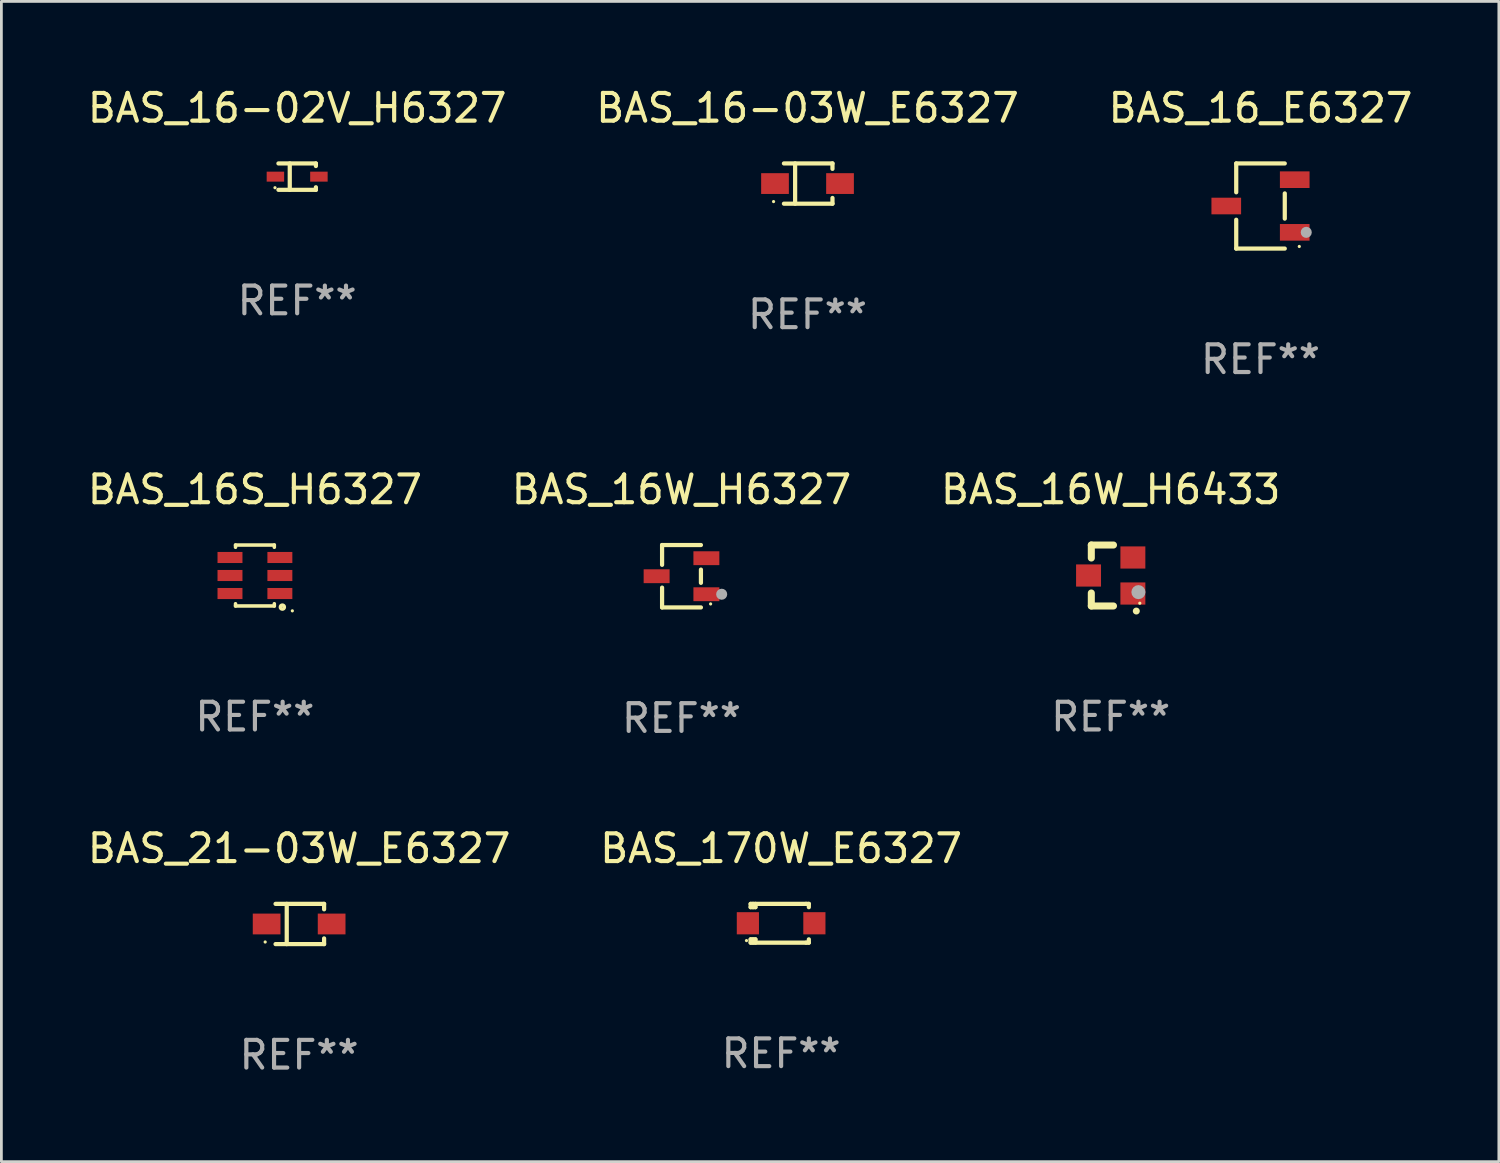
<source format=kicad_pcb>
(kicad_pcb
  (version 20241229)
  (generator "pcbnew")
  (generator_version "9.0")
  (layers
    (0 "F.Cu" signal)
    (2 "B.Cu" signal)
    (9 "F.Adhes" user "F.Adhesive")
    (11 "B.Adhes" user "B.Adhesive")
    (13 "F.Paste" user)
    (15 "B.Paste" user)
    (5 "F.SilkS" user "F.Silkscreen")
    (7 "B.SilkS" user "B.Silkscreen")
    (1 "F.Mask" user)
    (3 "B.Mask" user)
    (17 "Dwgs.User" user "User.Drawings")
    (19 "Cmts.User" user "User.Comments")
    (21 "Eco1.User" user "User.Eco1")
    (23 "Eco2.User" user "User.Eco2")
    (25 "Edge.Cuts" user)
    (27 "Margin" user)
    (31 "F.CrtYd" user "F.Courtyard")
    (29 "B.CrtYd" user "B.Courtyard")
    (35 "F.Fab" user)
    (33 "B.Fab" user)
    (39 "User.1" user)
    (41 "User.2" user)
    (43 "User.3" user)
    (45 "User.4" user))
  (footprint "BAS_16_E6327"
    (layer "F.Cu")
    (at 42.435 4.384)
    (property "Reference" "BAS_16_E6327" (at 0 -3.536 0) (layer "F.SilkS") (effects (font (size 1 1) (thickness 0.15))))
    (attr through_hole)
    (fp_line (start -0.876 -1.536) (end -0.876 -0.495) (stroke (width 0.152) (type solid)) (layer "F.SilkS"))
    (fp_line (start -0.876 1.536) (end -0.876 0.495) (stroke (width 0.152) (type solid)) (layer "F.SilkS"))
    (fp_line (start 0.876 -1.536) (end -0.876 -1.536) (stroke (width 0.152) (type solid)) (layer "F.SilkS"))
    (fp_line (start 0.876 -0.455) (end 0.876 0.455) (stroke (width 0.152) (type solid)) (layer "F.SilkS"))
    (fp_line (start 0.876 1.536) (end -0.876 1.536) (stroke (width 0.152) (type solid)) (layer "F.SilkS"))
    (fp_circle (center 1.4 1.46) (end 1.43 1.46) (stroke (width 0.06) (type solid)) (fill no) (layer "F.SilkS"))
    (fp_circle (center 1.651 0.95) (end 1.751 0.95) (stroke (width 0.2) (type solid)) (fill no) (layer "F.Fab"))
    (fp_text user "REF**" (at 0 5.536 0) (layer "F.Fab") (effects (font (size 1 1) (thickness 0.15))))
    (pad "1" smd rect (at 1.235 0.95) (size 1.07 0.6) (layers "F.Cu" "F.Mask" "F.Paste"))
    (pad "2" smd rect (at 1.235 -0.95) (size 1.07 0.6) (layers "F.Cu" "F.Mask" "F.Paste"))
    (pad "3" smd rect (at -1.235 0) (size 1.07 0.6) (layers "F.Cu" "F.Mask" "F.Paste")))
  (footprint "BAS_16W_H6327"
    (layer "F.Cu")
    (at 21.542 17.743)
    (property "Reference" "BAS_16W_H6327" (at 0 -3.126 0) (layer "F.SilkS") (effects (font (size 1 1) (thickness 0.15))))
    (attr through_hole)
    (fp_line (start -0.701 -1.126) (end -0.701 -0.411) (stroke (width 0.152) (type solid)) (layer "F.SilkS"))
    (fp_line (start -0.701 1.126) (end -0.701 0.411) (stroke (width 0.152) (type solid)) (layer "F.SilkS"))
    (fp_line (start 0.701 -1.126) (end -0.701 -1.126) (stroke (width 0.152) (type solid)) (layer "F.SilkS"))
    (fp_line (start 0.701 -0.239) (end 0.701 0.239) (stroke (width 0.152) (type solid)) (layer "F.SilkS"))
    (fp_line (start 0.701 1.126) (end -0.701 1.126) (stroke (width 0.152) (type solid)) (layer "F.SilkS"))
    (fp_circle (center 1.05 1) (end 1.08 1) (stroke (width 0.06) (type solid)) (fill no) (layer "F.SilkS"))
    (fp_circle (center 1.45 0.65) (end 1.55 0.65) (stroke (width 0.2) (type solid)) (fill no) (layer "F.Fab"))
    (fp_text user "REF**" (at 0 5.126 0) (layer "F.Fab") (effects (font (size 1 1) (thickness 0.15))))
    (pad "1" smd rect (at 0.898 0.65) (size 0.936 0.5) (layers "F.Cu" "F.Mask" "F.Paste"))
    (pad "2" smd rect (at 0.898 -0.65) (size 0.936 0.5) (layers "F.Cu" "F.Mask" "F.Paste"))
    (pad "3" smd rect (at -0.898 0) (size 0.936 0.5) (layers "F.Cu" "F.Mask" "F.Paste")))
  (footprint "BAS_16-02V_H6327"
    (layer "F.Cu")
    (at 7.673 3.324)
    (property "Reference" "BAS_16-02V_H6327" (at 0 -2.476 0) (layer "F.SilkS") (effects (font (size 1 1) (thickness 0.15))))
    (attr through_hole)
    (fp_line (start -0.676 -0.476) (end 0.676 -0.476) (stroke (width 0.152) (type solid)) (layer "F.SilkS"))
    (fp_line (start -0.676 0.476) (end 0.676 0.476) (stroke (width 0.152) (type solid)) (layer "F.SilkS"))
    (fp_line (start -0.267 -0.476) (end -0.267 0.476) (stroke (width 0.152) (type solid)) (layer "F.SilkS"))
    (fp_line (start 0.676 -0.476) (end 0.676 -0.383) (stroke (width 0.152) (type solid)) (layer "F.SilkS"))
    (fp_line (start 0.676 0.476) (end 0.676 0.383) (stroke (width 0.152) (type solid)) (layer "F.SilkS"))
    (fp_circle (center -0.8 0.4) (end -0.77 0.4) (stroke (width 0.06) (type solid)) (fill no) (layer "F.SilkS"))
    (fp_text user "REF**" (at 0 4.476 0) (layer "F.Fab") (effects (font (size 1 1) (thickness 0.15))))
    (pad "1" smd rect (at -0.785 0) (size 0.63 0.36) (layers "F.Cu" "F.Mask" "F.Paste"))
    (pad "2" smd rect (at 0.785 0) (size 0.63 0.36) (layers "F.Cu" "F.Mask" "F.Paste")))
  (footprint "BAS_21-03W_E6327"
    (layer "F.Cu")
    (at 7.744 30.292)
    (property "Reference" "BAS_21-03W_E6327" (at 0 -2.726 0) (layer "F.SilkS") (effects (font (size 1 1) (thickness 0.15))))
    (attr through_hole)
    (fp_line (start -0.851 -0.726) (end 0.901 -0.726) (stroke (width 0.152) (type solid)) (layer "F.SilkS"))
    (fp_line (start -0.851 0.726) (end 0.901 0.726) (stroke (width 0.152) (type solid)) (layer "F.SilkS"))
    (fp_line (start -0.447 -0.726) (end -0.447 0.726) (stroke (width 0.152) (type solid)) (layer "F.SilkS"))
    (fp_line (start 0.901 -0.726) (end 0.901 -0.53) (stroke (width 0.152) (type solid)) (layer "F.SilkS"))
    (fp_line (start 0.901 0.726) (end 0.901 0.52) (stroke (width 0.152) (type solid)) (layer "F.SilkS"))
    (fp_circle (center -1.225 0.65) (end -1.195 0.65) (stroke (width 0.06) (type solid)) (fill no) (layer "F.SilkS"))
    (fp_text user "REF**" (at 0 4.726 0) (layer "F.Fab") (effects (font (size 1 1) (thickness 0.15))))
    (pad "1" smd rect (at -1.173 0) (size 1 0.75) (layers "F.Cu" "F.Mask" "F.Paste"))
    (pad "2" smd rect (at 1.173 0) (size 1 0.75) (layers "F.Cu" "F.Mask" "F.Paste")))
  (footprint "BAS_16S_H6327"
    (layer "F.Cu")
    (at 6.149 17.717)
    (property "Reference" "BAS_16S_H6327" (at 0 -3.1 0) (layer "F.SilkS") (effects (font (size 1 1) (thickness 0.15))))
    (attr through_hole)
    (fp_line (start -0.7 -1.018) (end -0.7 -1.1) (stroke (width 0.127) (type solid)) (layer "F.SilkS"))
    (fp_line (start -0.7 1.1) (end -0.7 1.018) (stroke (width 0.127) (type solid)) (layer "F.SilkS"))
    (fp_line (start 0.7 -1.1) (end -0.7 -1.1) (stroke (width 0.127) (type solid)) (layer "F.SilkS"))
    (fp_line (start 0.7 -1.018) (end 0.7 -1.1) (stroke (width 0.127) (type solid)) (layer "F.SilkS"))
    (fp_line (start 0.7 1.1) (end -0.7 1.1) (stroke (width 0.127) (type solid)) (layer "F.SilkS"))
    (fp_line (start 0.7 1.1) (end 0.7 1.018) (stroke (width 0.127) (type solid)) (layer "F.SilkS"))
    (fp_circle (center 0.99 1.14) (end 1.062 1.14) (stroke (width 0.127) (type solid)) (fill no) (layer "F.SilkS"))
    (fp_circle (center 1.35 1.275) (end 1.38 1.275) (stroke (width 0.06) (type solid)) (fill no) (layer "F.SilkS"))
    (fp_text user "REF**" (at 0 5.1 0) (layer "F.Fab") (effects (font (size 1 1) (thickness 0.15))))
    (pad "1" smd rect (at 0.9 0.65 90) (size 0.4 0.9) (layers "F.Cu" "F.Mask" "F.Paste"))
    (pad "2" smd rect (at 0.9 -0.000102 90) (size 0.4 0.9) (layers "F.Cu" "F.Mask" "F.Paste"))
    (pad "3" smd rect (at 0.9 -0.65 90) (size 0.4 0.9) (layers "F.Cu" "F.Mask" "F.Paste"))
    (pad "4" smd rect (at -0.9 -0.65 90) (size 0.4 0.9) (layers "F.Cu" "F.Mask" "F.Paste"))
    (pad "5" smd rect (at -0.9 -0.000102 90) (size 0.4 0.9) (layers "F.Cu" "F.Mask" "F.Paste"))
    (pad "6" smd rect (at -0.9 0.65 90) (size 0.4 0.9) (layers "F.Cu" "F.Mask" "F.Paste")))
  (footprint "BAS_16-03W_E6327"
    (layer "F.Cu")
    (at 26.089 3.574)
    (property "Reference" "BAS_16-03W_E6327" (at 0 -2.726 0) (layer "F.SilkS") (effects (font (size 1 1) (thickness 0.15))))
    (attr through_hole)
    (fp_line (start -0.851 -0.726) (end 0.901 -0.726) (stroke (width 0.152) (type solid)) (layer "F.SilkS"))
    (fp_line (start -0.851 0.726) (end 0.901 0.726) (stroke (width 0.152) (type solid)) (layer "F.SilkS"))
    (fp_line (start -0.447 -0.726) (end -0.447 0.726) (stroke (width 0.152) (type solid)) (layer "F.SilkS"))
    (fp_line (start 0.901 -0.726) (end 0.901 -0.53) (stroke (width 0.152) (type solid)) (layer "F.SilkS"))
    (fp_line (start 0.901 0.726) (end 0.901 0.52) (stroke (width 0.152) (type solid)) (layer "F.SilkS"))
    (fp_circle (center -1.225 0.65) (end -1.195 0.65) (stroke (width 0.06) (type solid)) (fill no) (layer "F.SilkS"))
    (fp_text user "REF**" (at 0 4.726 0) (layer "F.Fab") (effects (font (size 1 1) (thickness 0.15))))
    (pad "1" smd rect (at -1.173 0) (size 1 0.75) (layers "F.Cu" "F.Mask" "F.Paste"))
    (pad "2" smd rect (at 1.173 0) (size 1 0.75) (layers "F.Cu" "F.Mask" "F.Paste")))
  (footprint "BAS_170W_E6327"
    (layer "F.Cu")
    (at 25.137 30.266)
    (property "Reference" "BAS_170W_E6327" (at 0 -2.7 0) (layer "F.SilkS") (effects (font (size 1 1) (thickness 0.15))))
    (attr through_hole)
    (fp_line (start -1.1 -0.7) (end -1.1 -0.58) (stroke (width 0.152) (type solid)) (layer "F.SilkS"))
    (fp_line (start -1.1 0.58) (end -1.1 0.7) (stroke (width 0.152) (type solid)) (layer "F.SilkS"))
    (fp_line (start -1.1 0.58) (end -0.927 0.58) (stroke (width 0.152) (type solid)) (layer "F.SilkS"))
    (fp_line (start -1.1 0.7) (end 0.9 0.7) (stroke (width 0.152) (type solid)) (layer "F.SilkS"))
    (fp_line (start -1.014 -0.58) (end -1.014 -0.7) (stroke (width 0.152) (type solid)) (layer "F.SilkS"))
    (fp_line (start -1.014 0.7) (end -1.014 0.58) (stroke (width 0.152) (type solid)) (layer "F.SilkS"))
    (fp_line (start -0.927 -0.7) (end -0.927 -0.58) (stroke (width 0.152) (type solid)) (layer "F.SilkS"))
    (fp_line (start -0.927 -0.58) (end -1.1 -0.58) (stroke (width 0.152) (type solid)) (layer "F.SilkS"))
    (fp_line (start -0.927 0.58) (end -0.927 0.7) (stroke (width 0.152) (type solid)) (layer "F.SilkS"))
    (fp_line (start 0.9 -0.7) (end -1.1 -0.7) (stroke (width 0.152) (type solid)) (layer "F.SilkS"))
    (fp_line (start 0.9 0.7) (end 1 0.7) (stroke (width 0.152) (type solid)) (layer "F.SilkS"))
    (fp_line (start 1 -0.7) (end 0.9 -0.7) (stroke (width 0.152) (type solid)) (layer "F.SilkS"))
    (fp_line (start 1 -0.58) (end 1 -0.7) (stroke (width 0.152) (type solid)) (layer "F.SilkS"))
    (fp_line (start 1 0.7) (end 1 0.58) (stroke (width 0.152) (type solid)) (layer "F.SilkS"))
    (fp_circle (center -1.25 0.625) (end -1.22 0.625) (stroke (width 0.06) (type solid)) (fill no) (layer "F.SilkS"))
    (fp_text user "REF**" (at 0 4.7 0) (layer "F.Fab") (effects (font (size 1 1) (thickness 0.15))))
    (pad "1" smd rect (at -1.2 0) (size 0.8 0.8) (layers "F.Cu" "F.Mask" "F.Paste"))
    (pad "2" smd rect (at 1.2 0) (size 0.8 0.8) (layers "F.Cu" "F.Mask" "F.Paste")))
  (footprint "BAS_16W_H6433"
    (layer "F.Cu")
    (at 37.03 17.717)
    (property "Reference" "BAS_16W_H6433" (at 0 -3.1 0) (layer "F.SilkS") (effects (font (size 1 1) (thickness 0.15))))
    (attr through_hole)
    (fp_line (start -0.7 -1.1) (end 0.1 -1.1) (stroke (width 0.254) (type solid)) (layer "F.SilkS"))
    (fp_line (start -0.7 -0.631) (end -0.7 -1.1) (stroke (width 0.254) (type solid)) (layer "F.SilkS"))
    (fp_line (start -0.7 1.1) (end -0.7 0.631) (stroke (width 0.254) (type solid)) (layer "F.SilkS"))
    (fp_line (start -0.7 1.1) (end 0.1 1.1) (stroke (width 0.254) (type solid)) (layer "F.SilkS"))
    (fp_arc (start 0.922123 1.282398) (mid 0.923393 1.282392) (end 0.924663 1.282398) (stroke (width 0.24892) (type solid)) (layer "F.SilkS"))
    (fp_circle (center 1.05 1) (end 1.08 1) (stroke (width 0.06) (type solid)) (fill no) (layer "F.SilkS"))
    (fp_circle (center 1 0.6) (end 1.127 0.6) (stroke (width 0.254) (type solid)) (fill no) (layer "F.Fab"))
    (fp_text user "REF**" (at 0 5.1 0) (layer "F.Fab") (effects (font (size 1 1) (thickness 0.15))))
    (pad "1" smd rect (at 0.8 0.65 90) (size 0.8 0.9) (layers "F.Cu" "F.Mask" "F.Paste"))
    (pad "2" smd rect (at 0.8 -0.65 90) (size 0.8 0.9) (layers "F.Cu" "F.Mask" "F.Paste"))
    (pad "3" smd rect (at -0.8 0 90) (size 0.8 0.9) (layers "F.Cu" "F.Mask" "F.Paste")))
  (gr_rect
    (start -3 -3)
    (end 51.036 38.867)
    (stroke (width 0.1) (type default))
    (fill no)
    (layer "Edge.Cuts")))
</source>
